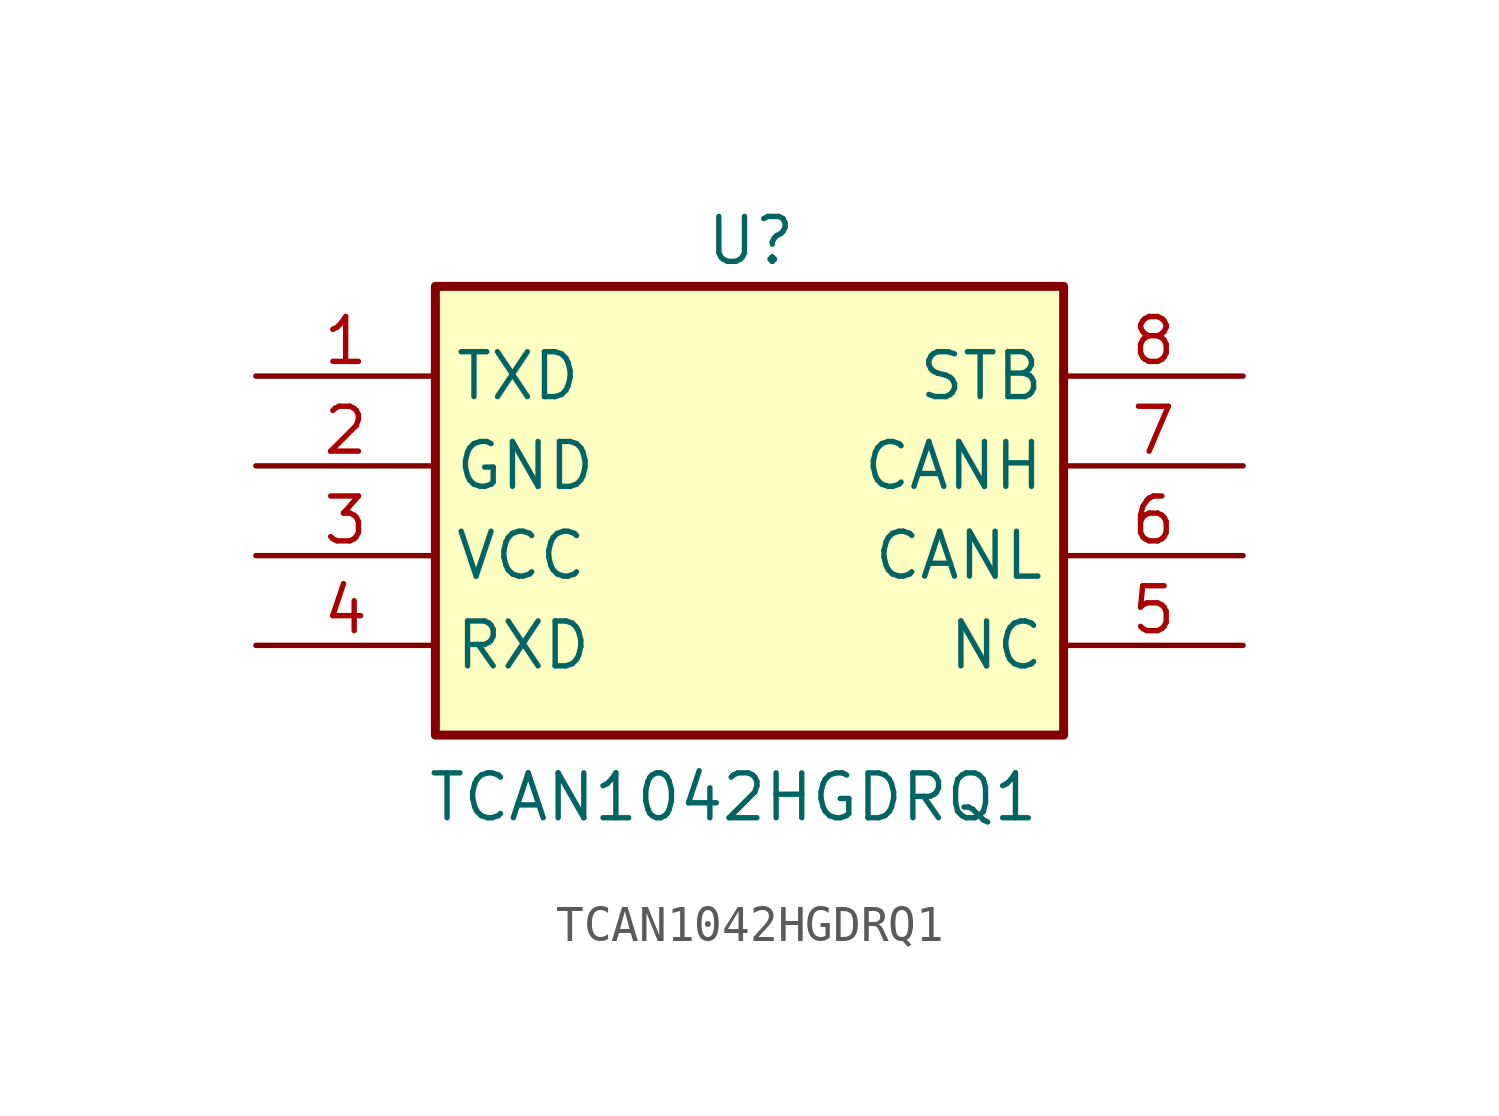
<source format=kicad_sym>
(kicad_symbol_lib
  (version 20231120)
  (generator "kicad_symbol_editor")
  (generator_version "8.0")
  (symbol "TCAN1042HGDRQ1"
    (property "Reference" "U"
      (at 12.7 4.572 0)
      (effects (font (size 1.27 1.27)) (justify left top)))
    (property "Value" "TCAN1042HGDRQ1"
      (at 4.826 -11.176 0)
      (effects (font (size 1.27 1.27)) (justify left top)))
    (symbol "TCAN1042HGDRQ1_1_1"
      (rectangle (start 5.08 2.54) (end 22.86 -10.16) (stroke (width 0.254) (type default)) (fill (type background)))
      (pin passive line (at 0 0 0) (length 5.08) (name "TXD" (effects (font (size 1.27 1.27)))) (number "1" (effects (font (size 1.27 1.27)))))
      (pin passive line (at 0 -2.54 0) (length 5.08) (name "GND" (effects (font (size 1.27 1.27)))) (number "2" (effects (font (size 1.27 1.27)))))
      (pin passive line (at 0 -5.08 0) (length 5.08) (name "VCC" (effects (font (size 1.27 1.27)))) (number "3" (effects (font (size 1.27 1.27)))))
      (pin passive line (at 0 -7.62 0) (length 5.08) (name "RXD" (effects (font (size 1.27 1.27)))) (number "4" (effects (font (size 1.27 1.27)))))
      (pin passive line (at 27.94 -7.62 180) (length 5.08) (name "NC" (effects (font (size 1.27 1.27)))) (number "5" (effects (font (size 1.27 1.27)))))
      (pin passive line (at 27.94 -5.08 180) (length 5.08) (name "CANL" (effects (font (size 1.27 1.27)))) (number "6" (effects (font (size 1.27 1.27)))))
      (pin passive line (at 27.94 -2.54 180) (length 5.08) (name "CANH" (effects (font (size 1.27 1.27)))) (number "7" (effects (font (size 1.27 1.27)))))
      (pin passive line (at 27.94 0 180) (length 5.08) (name "STB" (effects (font (size 1.27 1.27)))) (number "8" (effects (font (size 1.27 1.27))))))))
</source>
